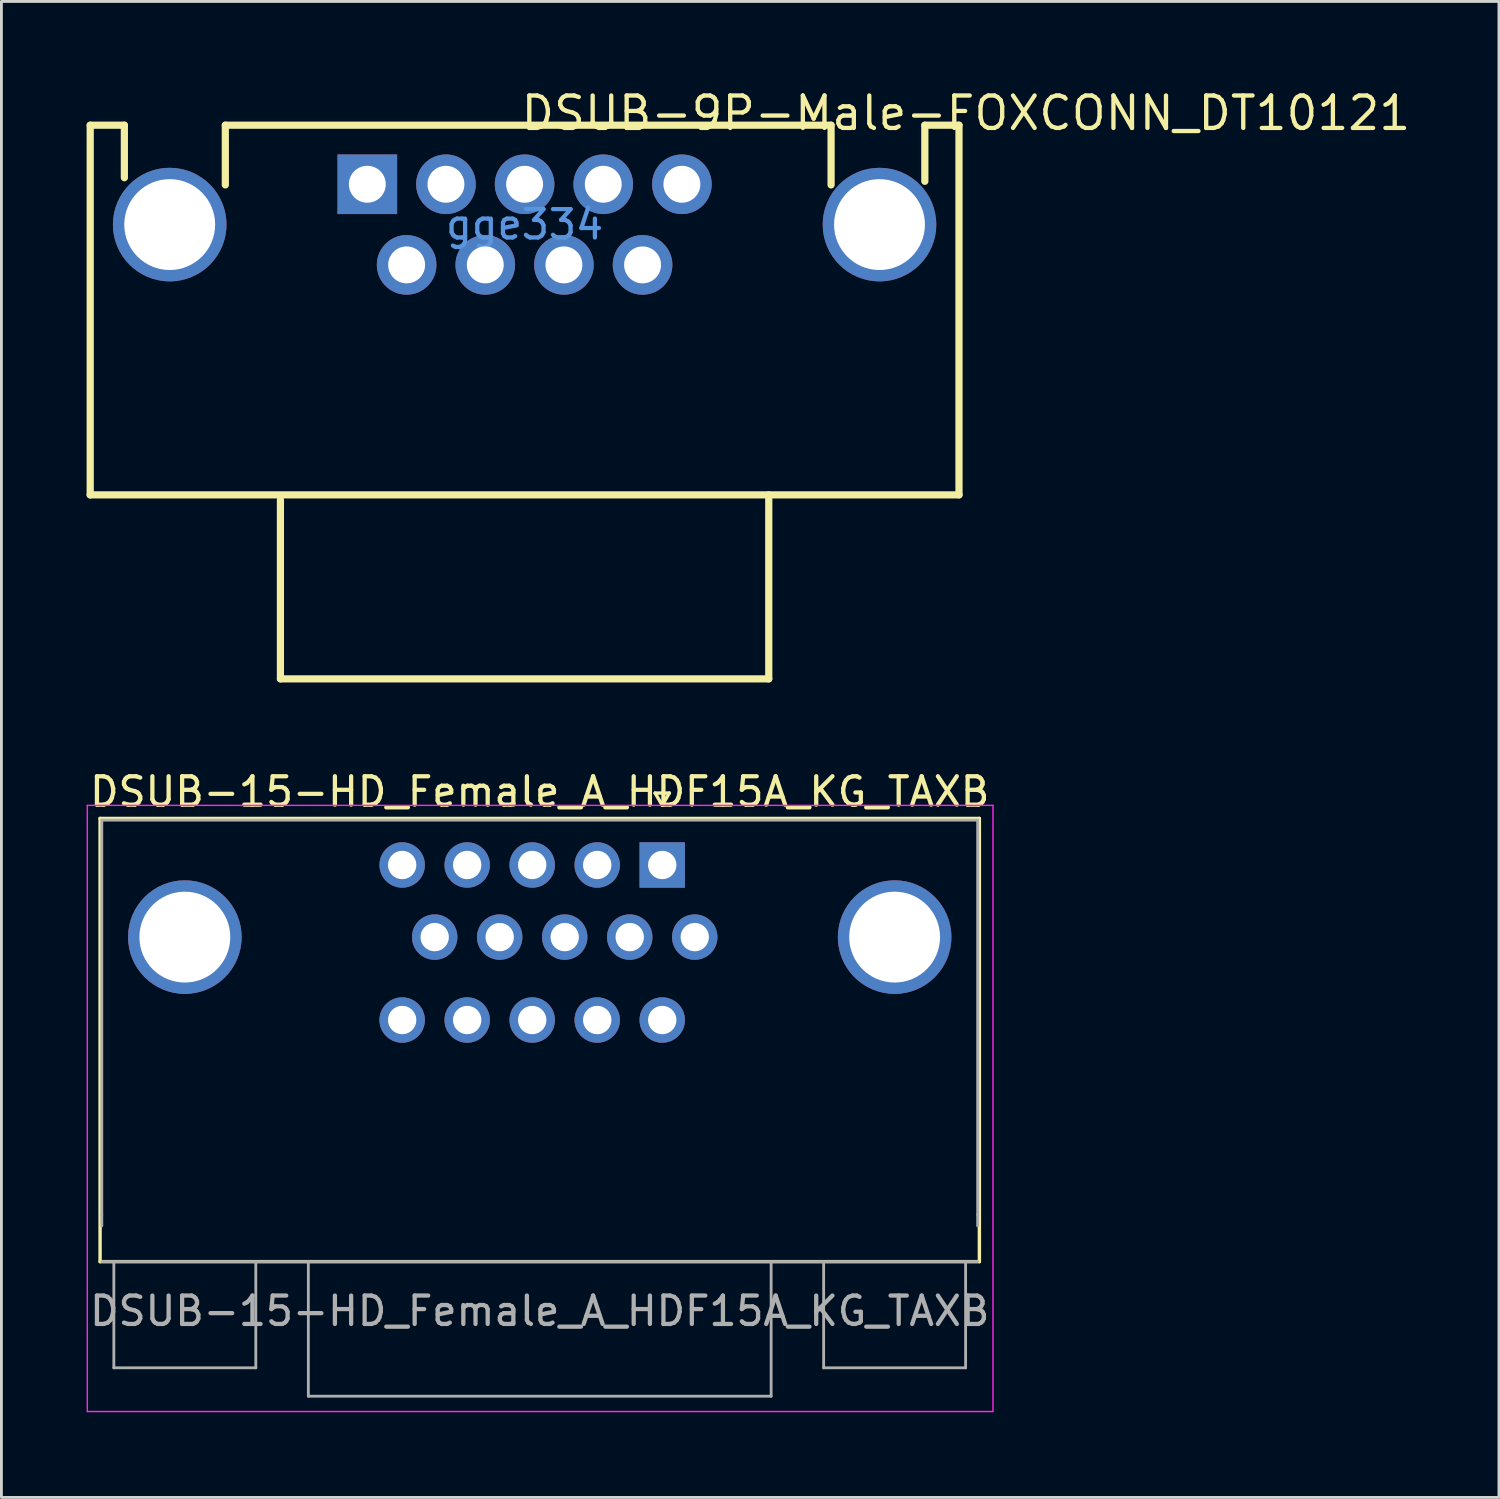
<source format=kicad_pcb>
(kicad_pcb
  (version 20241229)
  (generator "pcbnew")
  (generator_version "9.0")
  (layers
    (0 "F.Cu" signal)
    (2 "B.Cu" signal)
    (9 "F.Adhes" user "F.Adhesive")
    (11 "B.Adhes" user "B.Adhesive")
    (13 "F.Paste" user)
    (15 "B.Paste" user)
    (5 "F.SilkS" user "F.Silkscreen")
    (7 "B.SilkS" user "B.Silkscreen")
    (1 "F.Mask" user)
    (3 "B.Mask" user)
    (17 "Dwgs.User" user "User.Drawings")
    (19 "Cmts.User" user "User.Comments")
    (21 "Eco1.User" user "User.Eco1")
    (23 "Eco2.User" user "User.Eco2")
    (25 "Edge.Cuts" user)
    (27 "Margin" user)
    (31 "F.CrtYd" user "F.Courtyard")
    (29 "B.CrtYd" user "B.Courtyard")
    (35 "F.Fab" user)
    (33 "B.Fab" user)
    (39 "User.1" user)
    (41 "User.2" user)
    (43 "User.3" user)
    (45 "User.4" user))
  (footprint "DSUB-15-HD_Female_A_HDF15A_KG_TAXB"
    (layer "F.Cu")
    (at 20.275 27.416)
    (property "Reference" "DSUB-15-HD_Female_A_HDF15A_KG_TAXB" (at -4.315 -2.58 0) (layer "F.SilkS") (effects (font (size 1 1) (thickness 0.15))))
    (attr through_hole)
    (fp_line (start -19.8 -1.64) (end 11.17 -1.64) (stroke (width 0.12) (type solid)) (layer "F.SilkS"))
    (fp_line (start -19.8 13.97) (end -19.8 -1.64) (stroke (width 0.12) (type solid)) (layer "F.SilkS"))
    (fp_line (start -19.8 13.97) (end 11.17 13.97) (stroke (width 0.12) (type solid)) (layer "F.SilkS"))
    (fp_line (start -0.25 -2.534) (end 0.25 -2.534) (stroke (width 0.12) (type solid)) (layer "F.SilkS"))
    (fp_line (start 0 -2.101) (end -0.25 -2.534) (stroke (width 0.12) (type solid)) (layer "F.SilkS"))
    (fp_line (start 0.25 -2.534) (end 0 -2.101) (stroke (width 0.12) (type solid)) (layer "F.SilkS"))
    (fp_line (start 11.17 -1.64) (end 11.17 13.97) (stroke (width 0.12) (type solid)) (layer "F.SilkS"))
    (fp_line (start -20.25 -2.1) (end -20.25 19.25) (stroke (width 0.05) (type solid)) (layer "F.CrtYd"))
    (fp_line (start -20.25 19.25) (end 11.65 19.25) (stroke (width 0.05) (type solid)) (layer "F.CrtYd"))
    (fp_line (start 11.65 -2.1) (end -20.25 -2.1) (stroke (width 0.05) (type solid)) (layer "F.CrtYd"))
    (fp_line (start 11.65 19.25) (end 11.65 -2.1) (stroke (width 0.05) (type solid)) (layer "F.CrtYd"))
    (fp_line (start -19.74 -1.58) (end -19.74 12.31) (stroke (width 0.1) (type solid)) (layer "F.Fab"))
    (fp_line (start -19.74 12.31) (end -19.74 12.71) (stroke (width 0.1) (type solid)) (layer "F.Fab"))
    (fp_line (start -19.74 13.97) (end 11.11 13.97) (stroke (width 0.1) (type solid)) (layer "F.Fab"))
    (fp_line (start -19.315 13.97) (end -19.315 17.71) (stroke (width 0.1) (type solid)) (layer "F.Fab"))
    (fp_line (start -19.315 17.71) (end -14.315 17.71) (stroke (width 0.1) (type solid)) (layer "F.Fab"))
    (fp_line (start -14.315 17.71) (end -14.315 13.97) (stroke (width 0.1) (type solid)) (layer "F.Fab"))
    (fp_line (start -12.465 13.97) (end -12.465 18.71) (stroke (width 0.1) (type solid)) (layer "F.Fab"))
    (fp_line (start -12.465 18.71) (end 3.835 18.71) (stroke (width 0.1) (type solid)) (layer "F.Fab"))
    (fp_line (start 3.835 18.71) (end 3.835 13.97) (stroke (width 0.1) (type solid)) (layer "F.Fab"))
    (fp_line (start 5.685 13.97) (end 5.685 17.71) (stroke (width 0.1) (type solid)) (layer "F.Fab"))
    (fp_line (start 5.685 17.71) (end 10.685 17.71) (stroke (width 0.1) (type solid)) (layer "F.Fab"))
    (fp_line (start 10.685 17.71) (end 10.685 13.97) (stroke (width 0.1) (type solid)) (layer "F.Fab"))
    (fp_line (start 11.11 -1.58) (end -19.74 -1.58) (stroke (width 0.1) (type solid)) (layer "F.Fab"))
    (fp_line (start 11.11 12.31) (end 11.11 -1.58) (stroke (width 0.1) (type solid)) (layer "F.Fab"))
    (fp_line (start 11.11 12.71) (end 11.11 12.31) (stroke (width 0.1) (type solid)) (layer "F.Fab"))
    (fp_text user "${REFERENCE}" (at -4.315 15.71 0) (layer "F.Fab") (effects (font (size 1 1) (thickness 0.15))))
    (pad "0" thru_hole circle (at -16.815 2.54) (size 4 4) (drill 3.2) (layers "*.Cu" "*.Mask"))
    (pad "0" thru_hole circle (at 8.185 2.54) (size 4 4) (drill 3.2) (layers "*.Cu" "*.Mask"))
    (pad "1" thru_hole rect (at 0 0) (size 1.6 1.6) (drill 1) (layers "*.Cu" "*.Mask"))
    (pad "2" thru_hole circle (at -2.29 0) (size 1.6 1.6) (drill 1) (layers "*.Cu" "*.Mask"))
    (pad "3" thru_hole circle (at -4.58 0) (size 1.6 1.6) (drill 1) (layers "*.Cu" "*.Mask"))
    (pad "4" thru_hole circle (at -6.87 0) (size 1.6 1.6) (drill 1) (layers "*.Cu" "*.Mask"))
    (pad "5" thru_hole circle (at -9.16 0) (size 1.6 1.6) (drill 1) (layers "*.Cu" "*.Mask"))
    (pad "6" thru_hole circle (at 1.145 2.54) (size 1.6 1.6) (drill 1) (layers "*.Cu" "*.Mask"))
    (pad "7" thru_hole circle (at -1.145 2.54) (size 1.6 1.6) (drill 1) (layers "*.Cu" "*.Mask"))
    (pad "8" thru_hole circle (at -3.435 2.54) (size 1.6 1.6) (drill 1) (layers "*.Cu" "*.Mask"))
    (pad "9" thru_hole circle (at -5.725 2.54) (size 1.6 1.6) (drill 1) (layers "*.Cu" "*.Mask"))
    (pad "10" thru_hole circle (at -8.015 2.54) (size 1.6 1.6) (drill 1) (layers "*.Cu" "*.Mask"))
    (pad "11" thru_hole circle (at 0 5.461) (size 1.6 1.6) (drill 1) (layers "*.Cu" "*.Mask"))
    (pad "12" thru_hole circle (at -2.29 5.461) (size 1.6 1.6) (drill 1) (layers "*.Cu" "*.Mask"))
    (pad "13" thru_hole circle (at -4.58 5.461) (size 1.6 1.6) (drill 1) (layers "*.Cu" "*.Mask"))
    (pad "14" thru_hole circle (at -6.87 5.461) (size 1.6 1.6) (drill 1) (layers "*.Cu" "*.Mask"))
    (pad "15" thru_hole circle (at -9.16 5.461) (size 1.6 1.6) (drill 1) (layers "*.Cu" "*.Mask")))
  (footprint "DSUB-9P-Male-FOXCONN_DT10121"
    (layer "F.Cu")
    (at 15.427 4.86)
    (property "Reference" "DSUB-9P-Male-FOXCONN_DT10121" (at -0.206 -3.925 0) (layer "F.SilkS") (effects (font (size 1.143 1.143) (thickness 0.152)) (justify left)))
    (attr through_hole)
    (fp_line (start -15.3 -3.5) (end -14.097 -3.5) (stroke (width 0.254) (type solid)) (layer "F.SilkS"))
    (fp_line (start -15.3 9.52) (end -15.3 -3.5) (stroke (width 0.254) (type solid)) (layer "F.SilkS"))
    (fp_line (start -14.097 -3.5) (end -14.097 -1.651) (stroke (width 0.254) (type solid)) (layer "F.SilkS"))
    (fp_line (start -10.541 -3.5) (end 10.795 -3.5) (stroke (width 0.254) (type solid)) (layer "F.SilkS"))
    (fp_line (start -10.541 -1.397) (end -10.541 -3.5) (stroke (width 0.254) (type solid)) (layer "F.SilkS"))
    (fp_line (start -8.6 16) (end -8.6 9.695) (stroke (width 0.254) (type solid)) (layer "F.SilkS"))
    (fp_line (start 8.6 16) (end -8.6 16) (stroke (width 0.254) (type solid)) (layer "F.SilkS"))
    (fp_line (start 8.6 16) (end 8.6 9.52) (stroke (width 0.254) (type solid)) (layer "F.SilkS"))
    (fp_line (start 10.795 -3.5) (end 10.795 -1.397) (stroke (width 0.254) (type solid)) (layer "F.SilkS"))
    (fp_line (start 14.097 -3.5) (end 14.097 -1.524) (stroke (width 0.254) (type solid)) (layer "F.SilkS"))
    (fp_line (start 15.3 -3.5) (end 14.097 -3.5) (stroke (width 0.254) (type solid)) (layer "F.SilkS"))
    (fp_line (start 15.3 9.52) (end -15.3 9.52) (stroke (width 0.254) (type solid)) (layer "F.SilkS"))
    (fp_line (start 15.3 9.52) (end 15.3 -3.5) (stroke (width 0.254) (type solid)) (layer "F.SilkS"))
    (fp_text user "gge334" (at 0 0 0) (layer "Cmts.User") (effects (font (size 1 1) (thickness 0.15))))
    (pad "1" thru_hole rect (at -5.54 -1.42 180) (size 2.1 2.1) (drill 1.3) (layers "*.Cu" "*.Paste" "*.Mask"))
    (pad "2" thru_hole circle (at -2.77 -1.42 180) (size 2.1 2.1) (drill 1.3) (layers "*.Cu" "*.Paste" "*.Mask"))
    (pad "3" thru_hole circle (at 0 -1.42 180) (size 2.1 2.1) (drill 1.3) (layers "*.Cu" "*.Paste" "*.Mask"))
    (pad "4" thru_hole circle (at 2.77 -1.42 180) (size 2.1 2.1) (drill 1.3) (layers "*.Cu" "*.Paste" "*.Mask"))
    (pad "5" thru_hole circle (at 5.54 -1.42 180) (size 2.1 2.1) (drill 1.3) (layers "*.Cu" "*.Paste" "*.Mask"))
    (pad "6" thru_hole circle (at -4.155 1.42 180) (size 2.1 2.1) (drill 1.3) (layers "*.Cu" "*.Paste" "*.Mask"))
    (pad "7" thru_hole circle (at -1.385 1.42 180) (size 2.1 2.1) (drill 1.3) (layers "*.Cu" "*.Paste" "*.Mask"))
    (pad "8" thru_hole circle (at 1.385 1.42 180) (size 2.1 2.1) (drill 1.3) (layers "*.Cu" "*.Paste" "*.Mask"))
    (pad "9" thru_hole circle (at 4.155 1.42 180) (size 2.1 2.1) (drill 1.3) (layers "*.Cu" "*.Paste" "*.Mask"))
    (pad "10" thru_hole circle (at 12.5 0) (size 4 4) (drill 3.2) (layers "*.Cu" "*.Paste" "*.Mask"))
    (pad "11" thru_hole circle (at -12.5 0) (size 4 4) (drill 3.2) (layers "*.Cu" "*.Paste" "*.Mask")))
  (gr_rect
    (start -3 -3)
    (end 49.745 49.691)
    (stroke (width 0.1) (type default))
    (fill no)
    (layer "Edge.Cuts")))
</source>
